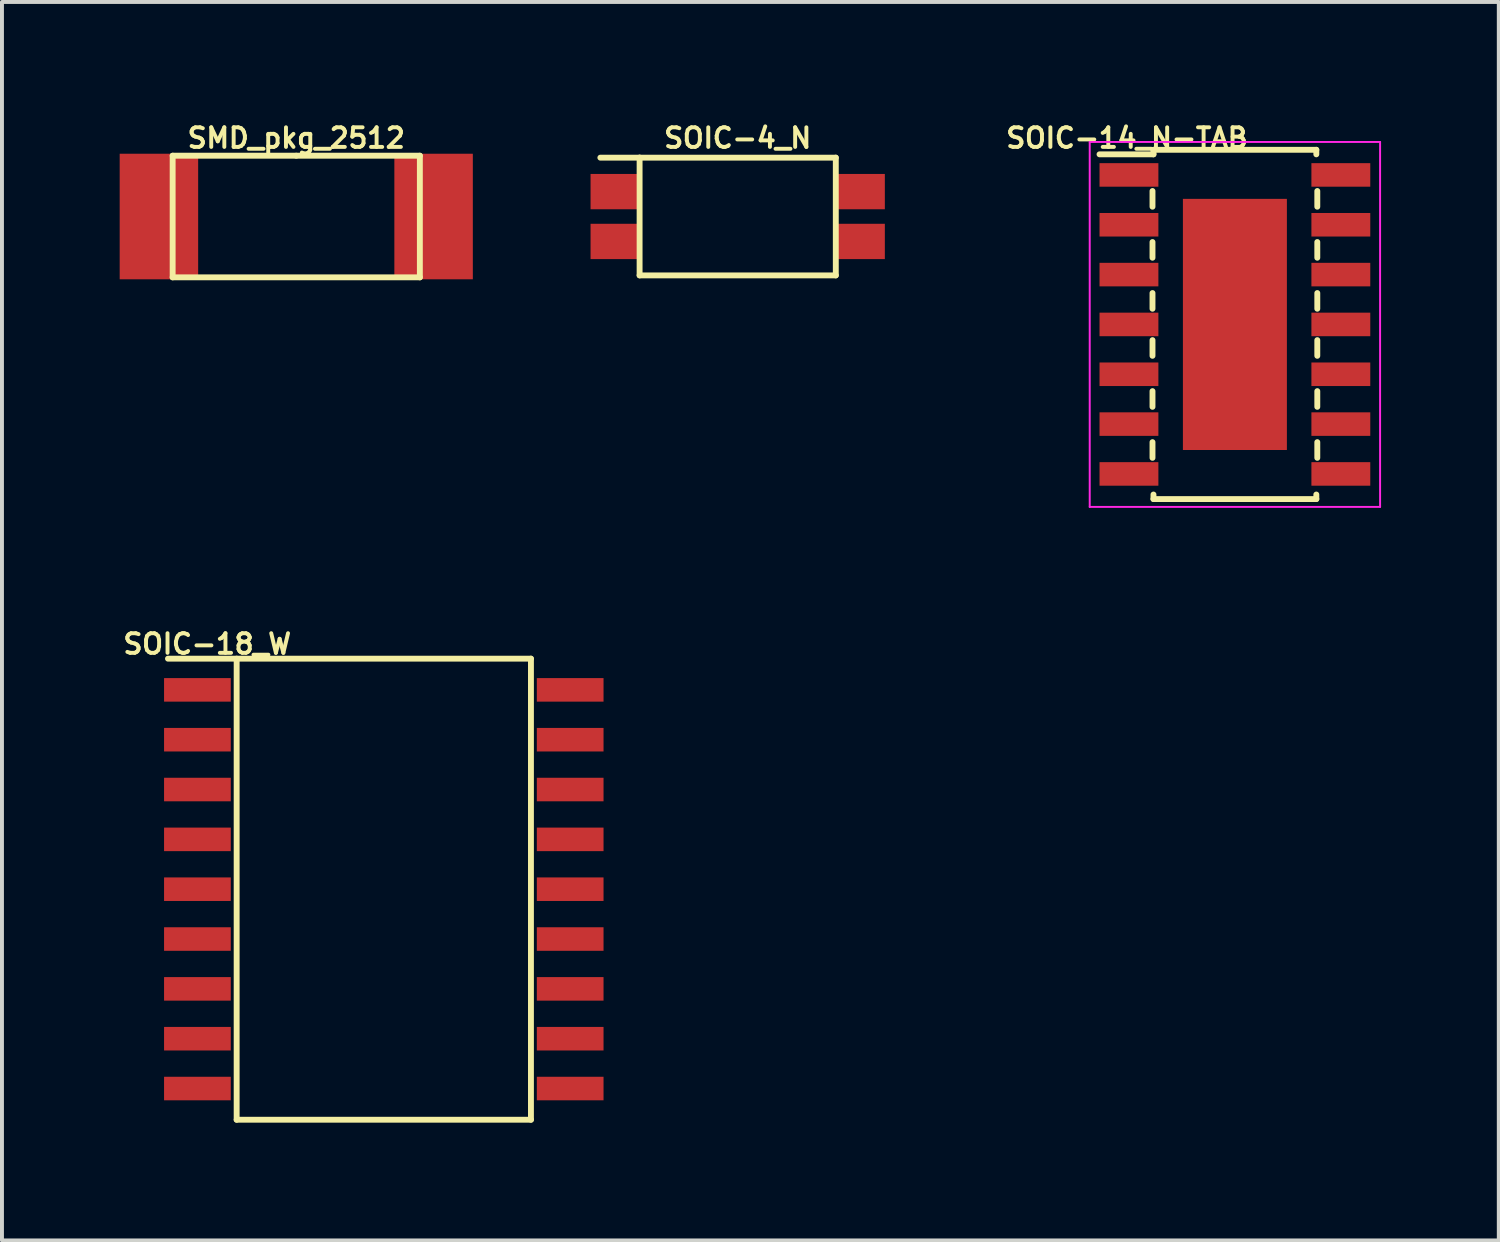
<source format=kicad_pcb>
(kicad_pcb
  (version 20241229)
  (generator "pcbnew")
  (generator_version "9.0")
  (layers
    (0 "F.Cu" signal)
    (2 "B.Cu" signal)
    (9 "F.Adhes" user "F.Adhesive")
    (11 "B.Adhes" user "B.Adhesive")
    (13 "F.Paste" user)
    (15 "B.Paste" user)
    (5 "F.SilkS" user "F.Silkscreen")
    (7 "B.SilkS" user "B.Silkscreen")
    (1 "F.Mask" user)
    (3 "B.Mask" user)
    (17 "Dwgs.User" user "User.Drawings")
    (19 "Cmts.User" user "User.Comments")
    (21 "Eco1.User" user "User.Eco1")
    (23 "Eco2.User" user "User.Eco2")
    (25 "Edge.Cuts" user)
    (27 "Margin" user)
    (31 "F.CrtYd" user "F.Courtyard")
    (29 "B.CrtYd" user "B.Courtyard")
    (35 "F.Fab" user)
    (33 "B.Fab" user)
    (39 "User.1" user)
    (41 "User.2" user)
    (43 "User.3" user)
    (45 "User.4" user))
  (footprint "SOIC-14_N-TAB"
    (layer "F.Cu")
    (at 28.421 5.218)
    (property "Reference" "SOIC-14_N-TAB" (at -2.75 -4.75 0) (layer "F.SilkS") (effects (font (size 0.5 0.5) (thickness 0.1))))
    (attr smd)
    (fp_line (start -2.1 -3.4) (end -2.1 -3) (stroke (width 0.15) (type solid)) (layer "F.SilkS"))
    (fp_line (start -2.1 -2.1) (end -2.1 -1.7) (stroke (width 0.15) (type solid)) (layer "F.SilkS"))
    (fp_line (start -2.1 -0.8) (end -2.1 -0.4) (stroke (width 0.15) (type solid)) (layer "F.SilkS"))
    (fp_line (start -2.1 0.4) (end -2.1 0.8) (stroke (width 0.15) (type solid)) (layer "F.SilkS"))
    (fp_line (start -2.1 1.7) (end -2.1 2.1) (stroke (width 0.15) (type solid)) (layer "F.SilkS"))
    (fp_line (start -2.1 3) (end -2.1 3.4) (stroke (width 0.15) (type solid)) (layer "F.SilkS"))
    (fp_line (start -2.075 -4.45) (end -2.075 -4.335) (stroke (width 0.15) (type solid)) (layer "F.SilkS"))
    (fp_line (start -2.075 -4.45) (end 2.075 -4.45) (stroke (width 0.15) (type solid)) (layer "F.SilkS"))
    (fp_line (start -2.075 -4.335) (end -3.45 -4.335) (stroke (width 0.15) (type solid)) (layer "F.SilkS"))
    (fp_line (start -2.075 4.45) (end -2.075 4.335) (stroke (width 0.15) (type solid)) (layer "F.SilkS"))
    (fp_line (start -2.075 4.45) (end 2.075 4.45) (stroke (width 0.15) (type solid)) (layer "F.SilkS"))
    (fp_line (start 2.075 -4.45) (end 2.075 -4.335) (stroke (width 0.15) (type solid)) (layer "F.SilkS"))
    (fp_line (start 2.075 4.45) (end 2.075 4.335) (stroke (width 0.15) (type solid)) (layer "F.SilkS"))
    (fp_line (start 2.1 -3.4) (end 2.1 -3) (stroke (width 0.15) (type solid)) (layer "F.SilkS"))
    (fp_line (start 2.1 -2.1) (end 2.1 -1.7) (stroke (width 0.15) (type solid)) (layer "F.SilkS"))
    (fp_line (start 2.1 -0.8) (end 2.1 -0.4) (stroke (width 0.15) (type solid)) (layer "F.SilkS"))
    (fp_line (start 2.1 0.4) (end 2.1 0.8) (stroke (width 0.15) (type solid)) (layer "F.SilkS"))
    (fp_line (start 2.1 1.7) (end 2.1 2.1) (stroke (width 0.15) (type solid)) (layer "F.SilkS"))
    (fp_line (start 2.1 3) (end 2.1 3.4) (stroke (width 0.15) (type solid)) (layer "F.SilkS"))
    (fp_line (start -3.7 -4.65) (end -3.7 4.65) (stroke (width 0.05) (type solid)) (layer "F.CrtYd"))
    (fp_line (start -3.7 -4.65) (end 3.7 -4.65) (stroke (width 0.05) (type solid)) (layer "F.CrtYd"))
    (fp_line (start -3.7 4.65) (end 3.7 4.65) (stroke (width 0.05) (type solid)) (layer "F.CrtYd"))
    (fp_line (start 3.7 -4.65) (end 3.7 4.65) (stroke (width 0.05) (type solid)) (layer "F.CrtYd"))
    (pad "1" smd rect (at -2.7 -3.81) (size 1.5 0.6) (layers "F.Cu" "F.Mask" "F.Paste"))
    (pad "2" smd rect (at -2.7 -2.54) (size 1.5 0.6) (layers "F.Cu" "F.Mask" "F.Paste"))
    (pad "3" smd rect (at -2.7 -1.27) (size 1.5 0.6) (layers "F.Cu" "F.Mask" "F.Paste"))
    (pad "4" smd rect (at -2.7 0) (size 1.5 0.6) (layers "F.Cu" "F.Mask" "F.Paste"))
    (pad "5" smd rect (at -2.7 1.27) (size 1.5 0.6) (layers "F.Cu" "F.Mask" "F.Paste"))
    (pad "6" smd rect (at -2.7 2.54) (size 1.5 0.6) (layers "F.Cu" "F.Mask" "F.Paste"))
    (pad "7" smd rect (at -2.7 3.81) (size 1.5 0.6) (layers "F.Cu" "F.Mask" "F.Paste"))
    (pad "8" smd rect (at 2.7 3.81) (size 1.5 0.6) (layers "F.Cu" "F.Mask" "F.Paste"))
    (pad "9" smd rect (at 2.7 2.54) (size 1.5 0.6) (layers "F.Cu" "F.Mask" "F.Paste"))
    (pad "10" smd rect (at 2.7 1.27) (size 1.5 0.6) (layers "F.Cu" "F.Mask" "F.Paste"))
    (pad "11" smd rect (at 2.7 0) (size 1.5 0.6) (layers "F.Cu" "F.Mask" "F.Paste"))
    (pad "12" smd rect (at 2.7 -1.27) (size 1.5 0.6) (layers "F.Cu" "F.Mask" "F.Paste"))
    (pad "13" smd rect (at 2.7 -2.54) (size 1.5 0.6) (layers "F.Cu" "F.Mask" "F.Paste"))
    (pad "14" smd rect (at 2.7 -3.81) (size 1.5 0.6) (layers "F.Cu" "F.Mask" "F.Paste"))
    (pad "TAB" smd rect (at 0 0) (size 2.65 6.4) (layers "F.Cu" "F.Mask" "F.Paste")))
  (footprint "SOIC-18_W"
    (layer "F.Cu")
    (at 6.731 19.611)
    (property "Reference" "SOIC-18_W" (at -4.5 -6.25 0) (layer "F.SilkS") (effects (font (size 0.5 0.5) (thickness 0.1))))
    (attr smd)
    (fp_line (start -3.75 5.875) (end -3.75 -5.875) (stroke (width 0.15) (type solid)) (layer "F.SilkS"))
    (fp_line (start -3.75 5.875) (end 3.75 5.875) (stroke (width 0.15) (type solid)) (layer "F.SilkS"))
    (fp_line (start 3.75 -5.875) (end -5.5 -5.875) (stroke (width 0.15) (type solid)) (layer "F.SilkS"))
    (fp_line (start 3.75 -5.875) (end 3.75 5.875) (stroke (width 0.15) (type solid)) (layer "F.SilkS"))
    (pad "1" smd rect (at -4.75 -5.08 270) (size 0.6 1.7) (layers "F.Cu" "F.Mask" "F.Paste"))
    (pad "2" smd rect (at -4.75 -3.81 270) (size 0.6 1.7) (layers "F.Cu" "F.Mask" "F.Paste"))
    (pad "3" smd rect (at -4.75 -2.54 270) (size 0.6 1.7) (layers "F.Cu" "F.Mask" "F.Paste"))
    (pad "4" smd rect (at -4.75 -1.27 270) (size 0.6 1.7) (layers "F.Cu" "F.Mask" "F.Paste"))
    (pad "5" smd rect (at -4.75 0 270) (size 0.6 1.7) (layers "F.Cu" "F.Mask" "F.Paste"))
    (pad "6" smd rect (at -4.75 1.27 270) (size 0.6 1.7) (layers "F.Cu" "F.Mask" "F.Paste"))
    (pad "7" smd rect (at -4.75 2.54 270) (size 0.6 1.7) (layers "F.Cu" "F.Mask" "F.Paste"))
    (pad "8" smd rect (at -4.75 3.81 270) (size 0.6 1.7) (layers "F.Cu" "F.Mask" "F.Paste"))
    (pad "9" smd rect (at -4.75 5.08 270) (size 0.6 1.7) (layers "F.Cu" "F.Mask" "F.Paste"))
    (pad "10" smd rect (at 4.75 5.08 270) (size 0.6 1.7) (layers "F.Cu" "F.Mask" "F.Paste"))
    (pad "11" smd rect (at 4.75 3.81 270) (size 0.6 1.7) (layers "F.Cu" "F.Mask" "F.Paste"))
    (pad "12" smd rect (at 4.75 2.54 270) (size 0.6 1.7) (layers "F.Cu" "F.Mask" "F.Paste"))
    (pad "13" smd rect (at 4.75 1.27 270) (size 0.6 1.7) (layers "F.Cu" "F.Mask" "F.Paste"))
    (pad "14" smd rect (at 4.75 0 270) (size 0.6 1.7) (layers "F.Cu" "F.Mask" "F.Paste"))
    (pad "15" smd rect (at 4.75 -1.27 270) (size 0.6 1.7) (layers "F.Cu" "F.Mask" "F.Paste"))
    (pad "16" smd rect (at 4.75 -2.54 270) (size 0.6 1.7) (layers "F.Cu" "F.Mask" "F.Paste"))
    (pad "17" smd rect (at 4.75 -3.81 270) (size 0.6 1.7) (layers "F.Cu" "F.Mask" "F.Paste"))
    (pad "18" smd rect (at 4.75 -5.08 270) (size 0.6 1.7) (layers "F.Cu" "F.Mask" "F.Paste")))
  (footprint "SMD_pkg_2512"
    (layer "F.Cu")
    (at 4.5 2.468)
    (property "Reference" "SMD_pkg_2512" (at 0 -2 0) (layer "F.SilkS") (effects (font (size 0.5 0.5) (thickness 0.1))))
    (attr through_hole)
    (fp_line (start -3.15 -1.55) (end 0 -1.55) (stroke (width 0.15) (type solid)) (layer "F.SilkS"))
    (fp_line (start -3.15 1.55) (end -3.15 -1.55) (stroke (width 0.15) (type solid)) (layer "F.SilkS"))
    (fp_line (start 0 -1.55) (end 3.15 -1.55) (stroke (width 0.15) (type solid)) (layer "F.SilkS"))
    (fp_line (start 3.15 -1.55) (end 3.15 1.55) (stroke (width 0.15) (type solid)) (layer "F.SilkS"))
    (fp_line (start 3.15 1.55) (end -3.15 1.55) (stroke (width 0.15) (type solid)) (layer "F.SilkS"))
    (pad "1" smd rect (at -3.5 0) (size 2 3.2) (layers "F.Cu" "F.Mask" "F.Paste"))
    (pad "2" smd rect (at 3.5 0) (size 2 3.2) (layers "F.Cu" "F.Mask" "F.Paste")))
  (footprint "SOIC-4_N"
    (layer "F.Cu")
    (at 15.75 2.468)
    (property "Reference" "SOIC-4_N" (at 0 -2 0) (layer "F.SilkS") (effects (font (size 0.5 0.5) (thickness 0.1))))
    (attr through_hole)
    (fp_line (start -2.5 -1.5) (end -3.5 -1.5) (stroke (width 0.15) (type solid)) (layer "F.SilkS"))
    (fp_line (start -2.5 -1.5) (end 2.5 -1.5) (stroke (width 0.15) (type solid)) (layer "F.SilkS"))
    (fp_line (start -2.5 1.5) (end -2.5 -1.5) (stroke (width 0.15) (type solid)) (layer "F.SilkS"))
    (fp_line (start 2.5 -1.5) (end 2.5 1.5) (stroke (width 0.15) (type solid)) (layer "F.SilkS"))
    (fp_line (start 2.5 1.5) (end -2.5 1.5) (stroke (width 0.15) (type solid)) (layer "F.SilkS"))
    (pad "1" smd rect (at -3.125 -0.635) (size 1.25 0.9) (layers "F.Cu" "F.Mask" "F.Paste"))
    (pad "2" smd rect (at -3.125 0.635) (size 1.25 0.9) (layers "F.Cu" "F.Mask" "F.Paste"))
    (pad "3" smd rect (at 3.125 0.635) (size 1.25 0.9) (layers "F.Cu" "F.Mask" "F.Paste"))
    (pad "4" smd rect (at 3.125 -0.635) (size 1.25 0.9) (layers "F.Cu" "F.Mask" "F.Paste")))
  (gr_rect
    (start -3 -3)
    (end 35.146 28.561)
    (stroke (width 0.1) (type default))
    (fill no)
    (layer "Edge.Cuts")))
</source>
